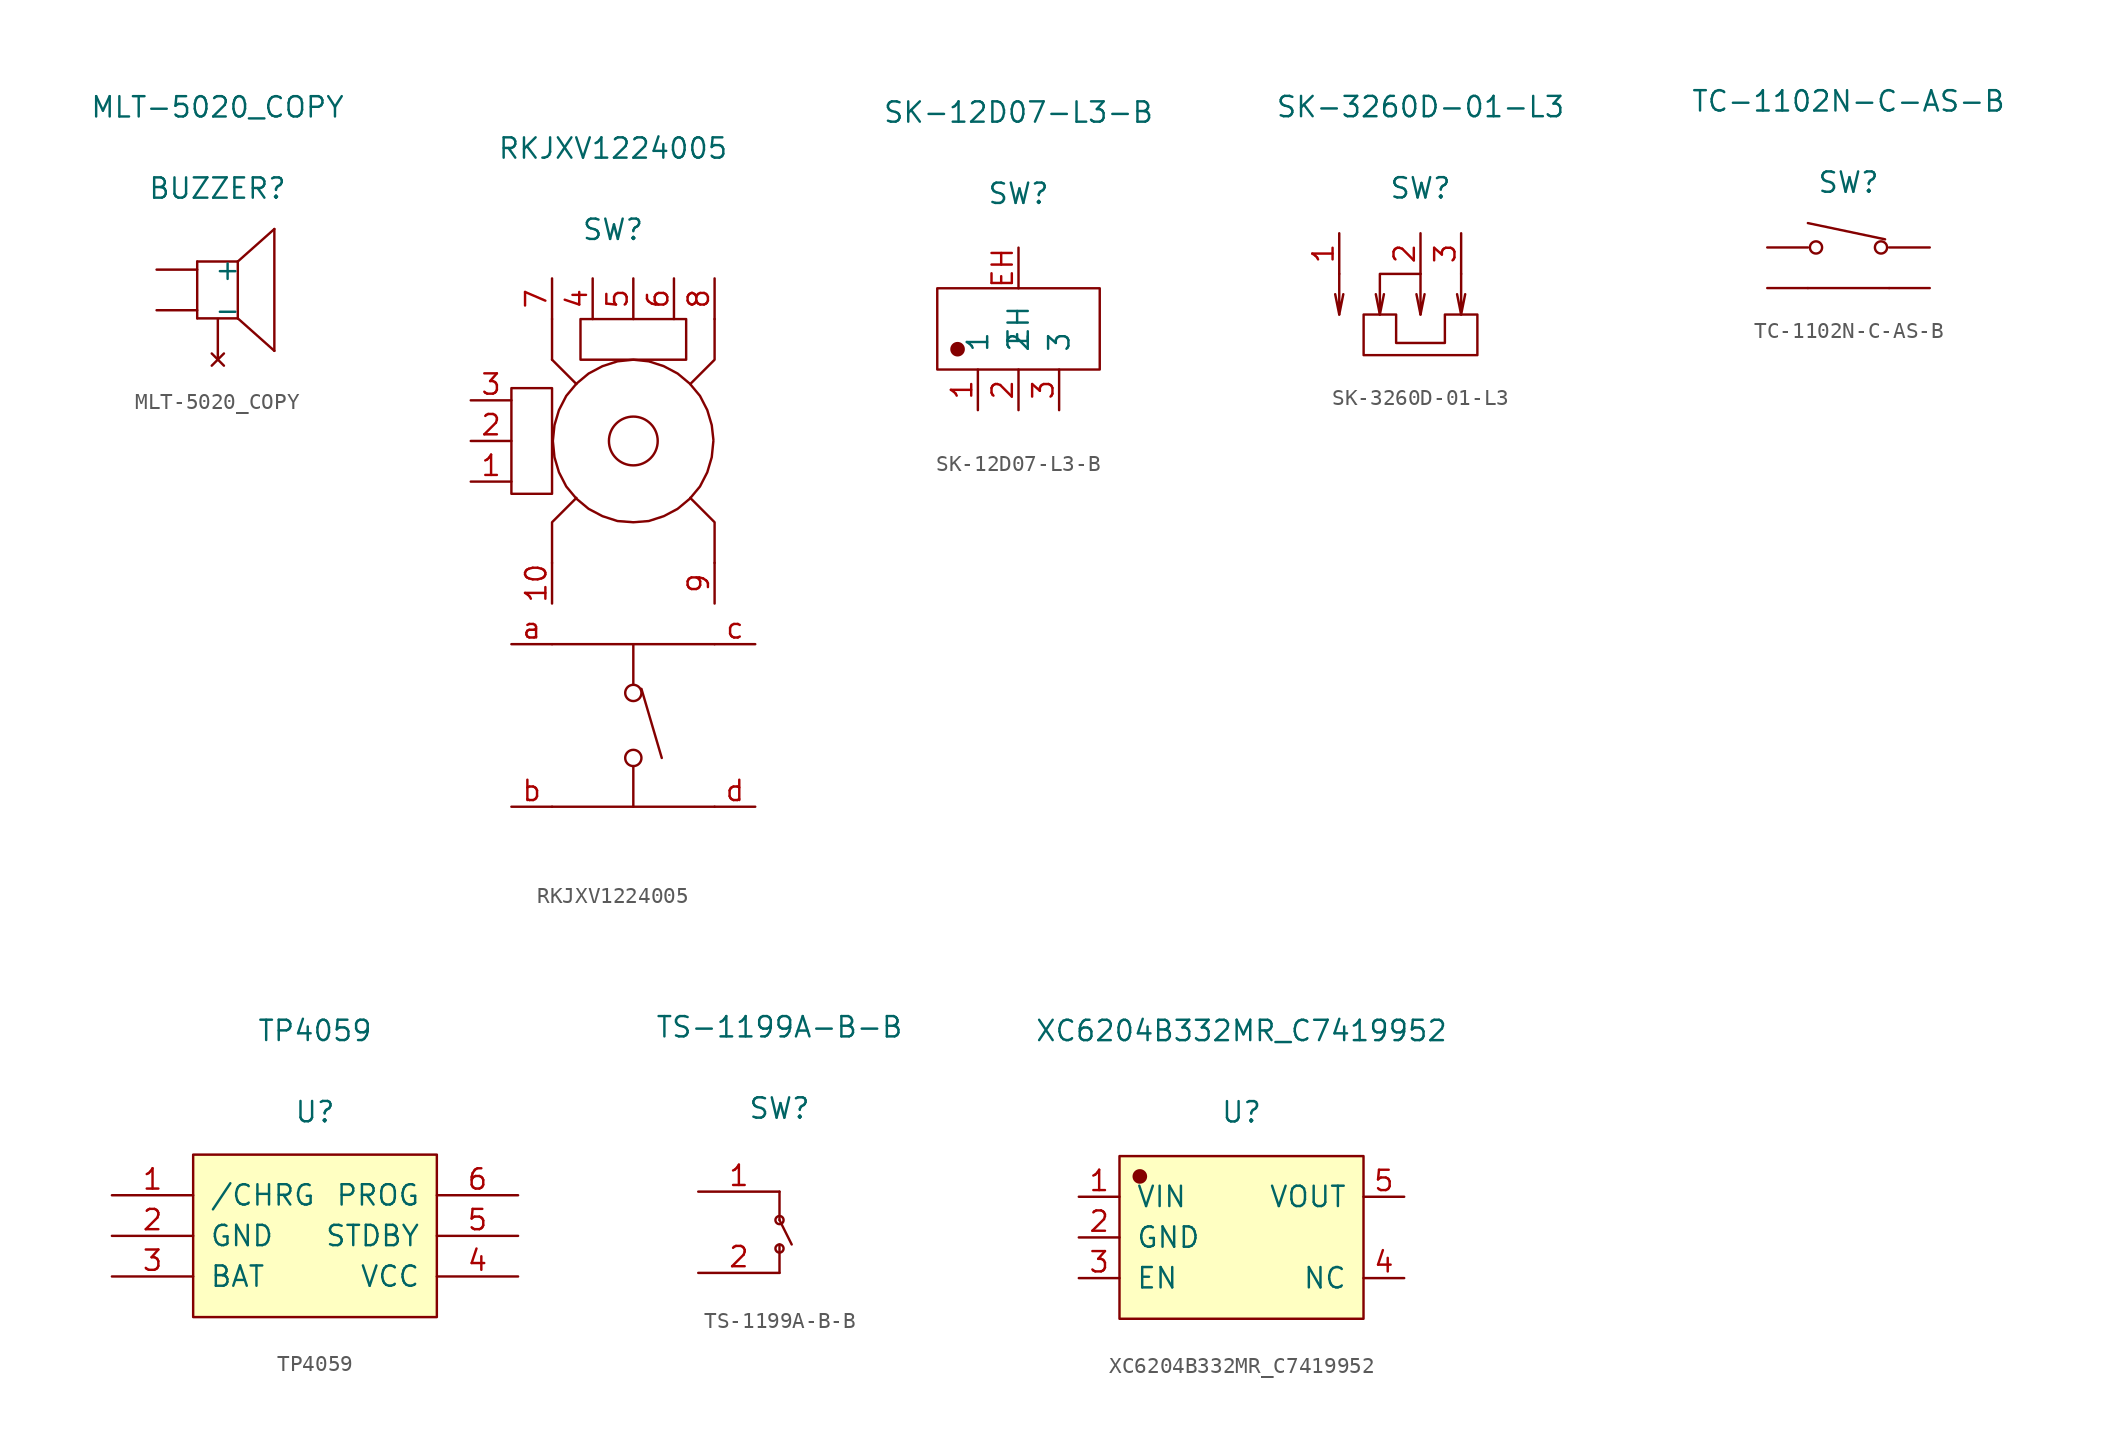
<source format=kicad_sym>
(kicad_symbol_lib
  (version 20231120)
  (generator "kicad_symbol_editor")
  (generator_version "8.0")
  (symbol "MLT-5020_COPY"
    (pin_numbers hide)
    (pin_names
      (offset 1.016))
    (property "Reference" "BUZZER"
      (at 0 6.35 0)
      (effects (font (size 1.27 1.27))))
    (property "Value" "MLT-5020_COPY"
      (at 0 11.43 0)
      (effects (font (size 1.27 1.27))))
    (symbol "MLT-5020_COPY_1_1"
      (polyline (pts (xy -1.27 -1.778) (xy 1.27 -1.778)) (stroke (width 0.152) (type solid)) (fill (type none)))
      (polyline (pts (xy -1.27 1.778) (xy -1.27 -1.778)) (stroke (width 0.152) (type solid)) (fill (type none)))
      (polyline (pts (xy -1.27 1.778) (xy 1.27 1.778)) (stroke (width 0.152) (type solid)) (fill (type none)))
      (polyline (pts (xy 1.27 -1.778) (xy 3.556 -3.81)) (stroke (width 0.152) (type solid)) (fill (type none)))
      (polyline (pts (xy 1.27 1.778) (xy 1.27 -1.778)) (stroke (width 0.152) (type solid)) (fill (type none)))
      (polyline (pts (xy 3.556 3.81) (xy 1.27 1.778)) (stroke (width 0.152) (type solid)) (fill (type none)))
      (polyline (pts (xy 3.556 3.81) (xy 3.556 -3.81)) (stroke (width 0.152) (type solid)) (fill (type none)))
      (pin input line (at -3.81 1.27 0) (length 2.54) (name "+" (effects (font (size 1.27 1.27)))) (number "1" (effects (font (size 1.27 1.27)))))
      (pin input line (at -3.81 -1.27 0) (length 2.54) (name "-" (effects (font (size 1.27 1.27)))) (number "2" (effects (font (size 1.27 1.27)))))
      (pin no_connect line (at 0.021 -4.356 90) (length 2.54) (name "" (effects (font (size 1.27 1.27)))) (number "3" (effects (font (size 1.27 1.27)))))))
  (symbol "RKJXV1224005"
    (pin_names
      (offset 1.016) hide)
    (property "Reference" "SW"
      (at 0 19.558 0)
      (effects (font (size 1.27 1.27))))
    (property "Value" "RKJXV1224005"
      (at 0 24.638 0)
      (effects (font (size 1.27 1.27))))
    (symbol "RKJXV1224005_1_1"
      (rectangle (start -6.35 9.652) (end -3.81 3.048) (stroke (width 0.152) (type solid)) (fill (type none)))
      (rectangle (start -2.032 13.97) (end 4.572 11.43) (stroke (width 0.152) (type solid)) (fill (type none)))
      (polyline (pts (xy -3.81 -16.51) (xy 6.35 -16.51)) (stroke (width 0.152) (type solid)) (fill (type none)))
      (polyline (pts (xy -3.81 -6.35) (xy 6.35 -6.35)) (stroke (width 0.152) (type solid)) (fill (type none)))
      (polyline (pts (xy -3.81 11.43) (xy -3.81 13.97)) (stroke (width 0.152) (type solid)) (fill (type none)))
      (polyline (pts (xy -3.81 11.43) (xy -2.286 9.906)) (stroke (width 0.152) (type solid)) (fill (type none)))
      (polyline (pts (xy 1.27 -16.51) (xy 1.27 -13.97)) (stroke (width 0.152) (type solid)) (fill (type none)))
      (polyline (pts (xy 1.27 -6.35) (xy 1.27 -8.89)) (stroke (width 0.152) (type solid)) (fill (type none)))
      (polyline (pts (xy 1.778 -9.144) (xy 3.048 -13.462)) (stroke (width 0.152) (type solid)) (fill (type none)))
      (polyline (pts (xy -3.81 -1.27) (xy -3.81 1.27) (xy -2.286 2.794)) (stroke (width 0.152) (type solid)) (fill (type none)))
      (polyline (pts (xy 6.35 -1.27) (xy 6.35 1.27) (xy 4.826 2.794)) (stroke (width 0.152) (type solid)) (fill (type none)))
      (polyline (pts (xy 6.35 13.97) (xy 6.35 11.43) (xy 4.826 9.906)) (stroke (width 0.152) (type solid)) (fill (type none)))
      (polyline (pts (xy 6.274 6.35) (xy 6.172 5.334) (xy 5.893 4.394) (xy 5.436 3.505) (xy 4.801 2.743) (xy 4.039 2.108) (xy 3.175 1.651) (xy 2.235 1.346) (xy 1.27 1.27) (xy 0.279 1.346) (xy -0.66 1.651) (xy -1.524 2.108) (xy -2.286 2.743) (xy -2.921 3.505) (xy -3.378 4.394) (xy -3.658 5.334) (xy -3.759 6.35) (xy -3.658 7.341) (xy -3.378 8.28) (xy -2.921 9.169) (xy -2.286 9.931) (xy -1.524 10.566) (xy -0.66 11.024) (xy 0.279 11.328) (xy 1.27 11.43) (xy 2.235 11.328) (xy 3.175 11.024) (xy 4.039 10.566) (xy 4.801 9.931) (xy 5.436 9.169) (xy 5.893 8.28) (xy 6.172 7.341) (xy 6.274 6.426)) (stroke (width 0.152) (type solid)) (fill (type none)))
      (circle (center 1.27 -13.462) (radius 0.508) (stroke (width 0.152) (type solid)) (fill (type none)))
      (circle (center 1.27 -9.398) (radius 0.508) (stroke (width 0.152) (type solid)) (fill (type none)))
      (circle (center 1.27 6.35) (radius 1.524) (stroke (width 0.152) (type solid)) (fill (type none)))
      (pin input line (at -8.89 3.81 0) (length 2.54) (name "B" (effects (font (size 1.27 1.27)))) (number "1" (effects (font (size 1.27 1.27)))))
      (pin input line (at -3.81 -3.81 90) (length 2.54) (name "GND" (effects (font (size 1.27 1.27)))) (number "10" (effects (font (size 1.27 1.27)))))
      (pin input line (at -8.89 6.35 0) (length 2.54) (name "DTA" (effects (font (size 1.27 1.27)))) (number "2" (effects (font (size 1.27 1.27)))))
      (pin input line (at -8.89 8.89 0) (length 2.54) (name "A" (effects (font (size 1.27 1.27)))) (number "3" (effects (font (size 1.27 1.27)))))
      (pin input line (at -1.27 16.51 270) (length 2.54) (name "A" (effects (font (size 1.27 1.27)))) (number "4" (effects (font (size 1.27 1.27)))))
      (pin input line (at 1.27 16.51 270) (length 2.54) (name "DTA" (effects (font (size 1.27 1.27)))) (number "5" (effects (font (size 1.27 1.27)))))
      (pin input line (at 3.81 16.51 270) (length 2.54) (name "B" (effects (font (size 1.27 1.27)))) (number "6" (effects (font (size 1.27 1.27)))))
      (pin input line (at -3.81 16.51 270) (length 2.54) (name "GND" (effects (font (size 1.27 1.27)))) (number "7" (effects (font (size 1.27 1.27)))))
      (pin input line (at 6.35 16.51 270) (length 2.54) (name "GND" (effects (font (size 1.27 1.27)))) (number "8" (effects (font (size 1.27 1.27)))))
      (pin input line (at 6.35 -3.81 90) (length 2.54) (name "GND" (effects (font (size 1.27 1.27)))) (number "9" (effects (font (size 1.27 1.27)))))
      (pin input line (at -6.35 -6.35 0) (length 2.54) (name "a" (effects (font (size 1.27 1.27)))) (number "a" (effects (font (size 1.27 1.27)))))
      (pin input line (at -6.35 -16.51 0) (length 2.54) (name "b" (effects (font (size 1.27 1.27)))) (number "b" (effects (font (size 1.27 1.27)))))
      (pin input line (at 8.89 -6.35 180) (length 2.54) (name "c" (effects (font (size 1.27 1.27)))) (number "c" (effects (font (size 1.27 1.27)))))
      (pin input line (at 8.89 -16.51 180) (length 2.54) (name "d" (effects (font (size 1.27 1.27)))) (number "d" (effects (font (size 1.27 1.27)))))))
  (symbol "SK-12D07-L3-B"
    (pin_names
      (offset 1.016))
    (property "Reference" "SW"
      (at 0 8.458 0)
      (effects (font (size 1.27 1.27))))
    (property "Value" "SK-12D07-L3-B"
      (at 0 13.538 0)
      (effects (font (size 1.27 1.27))))
    (symbol "SK-12D07-L3-B_1_1"
      (rectangle (start -5.08 2.54) (end 5.08 -2.54) (stroke (width 0.152) (type solid)) (fill (type none)))
      (circle (center -3.81 -1.27) (radius 0.381) (stroke (width 0.152) (type solid)) (fill (type outline)))
      (pin input line (at -2.54 -5.08 90) (length 2.54) (name "1" (effects (font (size 1.27 1.27)))) (number "1" (effects (font (size 1.27 1.27)))))
      (pin input line (at 0 -5.08 90) (length 2.54) (name "2" (effects (font (size 1.27 1.27)))) (number "2" (effects (font (size 1.27 1.27)))))
      (pin input line (at 2.54 -5.08 90) (length 2.54) (name "3" (effects (font (size 1.27 1.27)))) (number "3" (effects (font (size 1.27 1.27)))))
      (pin input line (at 0 5.08 270) (length 2.54) (name "EH" (effects (font (size 1.27 1.27)))) (number "EH" (effects (font (size 1.27 1.27)))))))
  (symbol "SK-3260D-01-L3"
    (pin_names
      (offset 1.016) hide)
    (property "Reference" "SW"
      (at 0 7.899 0)
      (effects (font (size 1.27 1.27))))
    (property "Value" "SK-3260D-01-L3"
      (at 0 12.979 0)
      (effects (font (size 1.27 1.27))))
    (symbol "SK-3260D-01-L3_1_1"
      (polyline (pts (xy -5.08 0) (xy -5.334 1.27)) (stroke (width 0.152) (type solid)) (fill (type none)))
      (polyline (pts (xy -2.54 0) (xy -2.794 1.27)) (stroke (width 0.152) (type solid)) (fill (type none)))
      (polyline (pts (xy 0 0) (xy -0.254 1.27)) (stroke (width 0.152) (type solid)) (fill (type none)))
      (polyline (pts (xy 2.54 0) (xy 2.286 1.27)) (stroke (width 0.152) (type solid)) (fill (type none)))
      (polyline (pts (xy -5.08 2.54) (xy -5.08 0) (xy -4.826 1.27)) (stroke (width 0.152) (type solid)) (fill (type none)))
      (polyline (pts (xy 0 2.54) (xy 0 0) (xy 0.254 1.27)) (stroke (width 0.152) (type solid)) (fill (type none)))
      (polyline (pts (xy 2.54 2.54) (xy 2.54 0) (xy 2.794 1.27)) (stroke (width 0.152) (type solid)) (fill (type none)))
      (polyline (pts (xy 0 2.54) (xy -2.54 2.54) (xy -2.54 0) (xy -2.286 1.27)) (stroke (width 0.152) (type solid)) (fill (type none)))
      (polyline (pts (xy -3.556 -2.54) (xy -3.556 0) (xy -1.524 0) (xy -1.524 -1.778) (xy 1.524 -1.778) (xy 1.524 0) (xy 3.556 0) (xy 3.556 -2.54) (xy -3.556 -2.54)) (stroke (width 0.152) (type solid)) (fill (type none)))
      (pin input line (at -5.08 5.08 270) (length 2.54) (name "1" (effects (font (size 1.27 1.27)))) (number "1" (effects (font (size 1.27 1.27)))))
      (pin input line (at 0 5.08 270) (length 2.54) (name "2" (effects (font (size 1.27 1.27)))) (number "2" (effects (font (size 1.27 1.27)))))
      (pin input line (at 2.54 5.08 270) (length 2.54) (name "3" (effects (font (size 1.27 1.27)))) (number "3" (effects (font (size 1.27 1.27)))))))
  (symbol "TC-1102N-C-AS-B"
    (pin_numbers hide)
    (pin_names
      (offset 1.016) hide)
    (property "Reference" "SW"
      (at 0 4.064 0)
      (effects (font (size 1.27 1.27))))
    (property "Value" "TC-1102N-C-AS-B"
      (at 0 9.144 0)
      (effects (font (size 1.27 1.27))))
    (symbol "TC-1102N-C-AS-B_1_1"
      (circle (center -2.032 0) (radius 0.381) (stroke (width 0.152) (type solid)) (fill (type none)))
      (polyline (pts (xy -2.54 -2.54) (xy 2.54 -2.54)) (stroke (width 0.152) (type solid)) (fill (type none)))
      (polyline (pts (xy -2.54 1.524) (xy 2.286 0.508)) (stroke (width 0.152) (type solid)) (fill (type none)))
      (circle (center 2.032 0) (radius 0.381) (stroke (width 0.152) (type solid)) (fill (type none)))
      (pin input line (at -5.08 0 0) (length 2.54) (name "1" (effects (font (size 1.27 1.27)))) (number "1" (effects (font (size 1.27 1.27)))))
      (pin input line (at 5.08 0 180) (length 2.54) (name "2" (effects (font (size 1.27 1.27)))) (number "2" (effects (font (size 1.27 1.27)))))
      (pin input line (at 5.08 -2.54 180) (length 2.54) (name "3" (effects (font (size 1.27 1.27)))) (number "3" (effects (font (size 1.27 1.27)))))
      (pin input line (at -5.08 -2.54 0) (length 2.54) (name "4" (effects (font (size 1.27 1.27)))) (number "4" (effects (font (size 1.27 1.27)))))))
  (symbol "TP4059"
    (pin_names
      (offset 1.016))
    (property "Reference" "U"
      (at 0 7.747 0)
      (effects (font (size 1.27 1.27))))
    (property "Value" "TP4059"
      (at 0 12.827 0)
      (effects (font (size 1.27 1.27))))
    (symbol "TP4059_1_1"
      (rectangle (start -7.62 5.08) (end 7.62 -5.08) (stroke (width 0.152) (type solid)) (fill (type background)))
      (pin input line (at -12.7 2.54 0) (length 5.08) (name "/CHRG" (effects (font (size 1.27 1.27)))) (number "1" (effects (font (size 1.27 1.27)))))
      (pin input line (at -12.7 0 0) (length 5.08) (name "GND" (effects (font (size 1.27 1.27)))) (number "2" (effects (font (size 1.27 1.27)))))
      (pin input line (at -12.7 -2.54 0) (length 5.08) (name "BAT" (effects (font (size 1.27 1.27)))) (number "3" (effects (font (size 1.27 1.27)))))
      (pin input line (at 12.7 -2.54 180) (length 5.08) (name "VCC" (effects (font (size 1.27 1.27)))) (number "4" (effects (font (size 1.27 1.27)))))
      (pin input line (at 12.7 0 180) (length 5.08) (name "STDBY" (effects (font (size 1.27 1.27)))) (number "5" (effects (font (size 1.27 1.27)))))
      (pin input line (at 12.7 2.54 180) (length 5.08) (name "PROG" (effects (font (size 1.27 1.27)))) (number "6" (effects (font (size 1.27 1.27)))))))
  (symbol "TS-1199A-B-B"
    (pin_names
      (offset 1.016) hide)
    (property "Reference" "SW"
      (at 0 7.747 0)
      (effects (font (size 1.27 1.27))))
    (property "Value" "TS-1199A-B-B"
      (at 0 12.827 0)
      (effects (font (size 1.27 1.27))))
    (symbol "TS-1199A-B-B_1_1"
      (circle (center 0 -1.016) (radius 0.254) (stroke (width 0.152) (type solid)) (fill (type none)))
      (polyline (pts (xy 0 -2.54) (xy 0 -0.762)) (stroke (width 0.152) (type solid)) (fill (type none)))
      (polyline (pts (xy 0 2.54) (xy 0 0.762)) (stroke (width 0.152) (type solid)) (fill (type none)))
      (polyline (pts (xy 0.762 -0.762) (xy 0 0.762)) (stroke (width 0.152) (type solid)) (fill (type none)))
      (circle (center 0 0.762) (radius 0.254) (stroke (width 0.152) (type solid)) (fill (type none)))
      (pin input line (at -5.08 2.54 0) (length 5.08) (name "1" (effects (font (size 1.27 1.27)))) (number "1" (effects (font (size 1.27 1.27)))))
      (pin input line (at -5.08 -2.54 0) (length 5.08) (name "2" (effects (font (size 1.27 1.27)))) (number "2" (effects (font (size 1.27 1.27)))))))
  (symbol "XC6204B332MR_C7419952"
    (pin_names
      (offset 1.016))
    (property "Reference" "U"
      (at 0 7.823 0)
      (effects (font (size 1.27 1.27))))
    (property "Value" "XC6204B332MR_C7419952"
      (at 0 12.903 0)
      (effects (font (size 1.27 1.27))))
    (symbol "XC6204B332MR_C7419952_1_1"
      (rectangle (start -7.62 5.08) (end 7.62 -5.08) (stroke (width 0.152) (type solid)) (fill (type background)))
      (circle (center -6.35 3.81) (radius 0.381) (stroke (width 0.152) (type solid)) (fill (type outline)))
      (pin input line (at -10.16 2.54 0) (length 2.54) (name "VIN" (effects (font (size 1.27 1.27)))) (number "1" (effects (font (size 1.27 1.27)))))
      (pin input line (at -10.16 0 0) (length 2.54) (name "GND" (effects (font (size 1.27 1.27)))) (number "2" (effects (font (size 1.27 1.27)))))
      (pin input line (at -10.16 -2.54 0) (length 2.54) (name "EN" (effects (font (size 1.27 1.27)))) (number "3" (effects (font (size 1.27 1.27)))))
      (pin input line (at 10.16 -2.54 180) (length 2.54) (name "NC" (effects (font (size 1.27 1.27)))) (number "4" (effects (font (size 1.27 1.27)))))
      (pin input line (at 10.16 2.54 180) (length 2.54) (name "VOUT" (effects (font (size 1.27 1.27)))) (number "5" (effects (font (size 1.27 1.27))))))))
</source>
